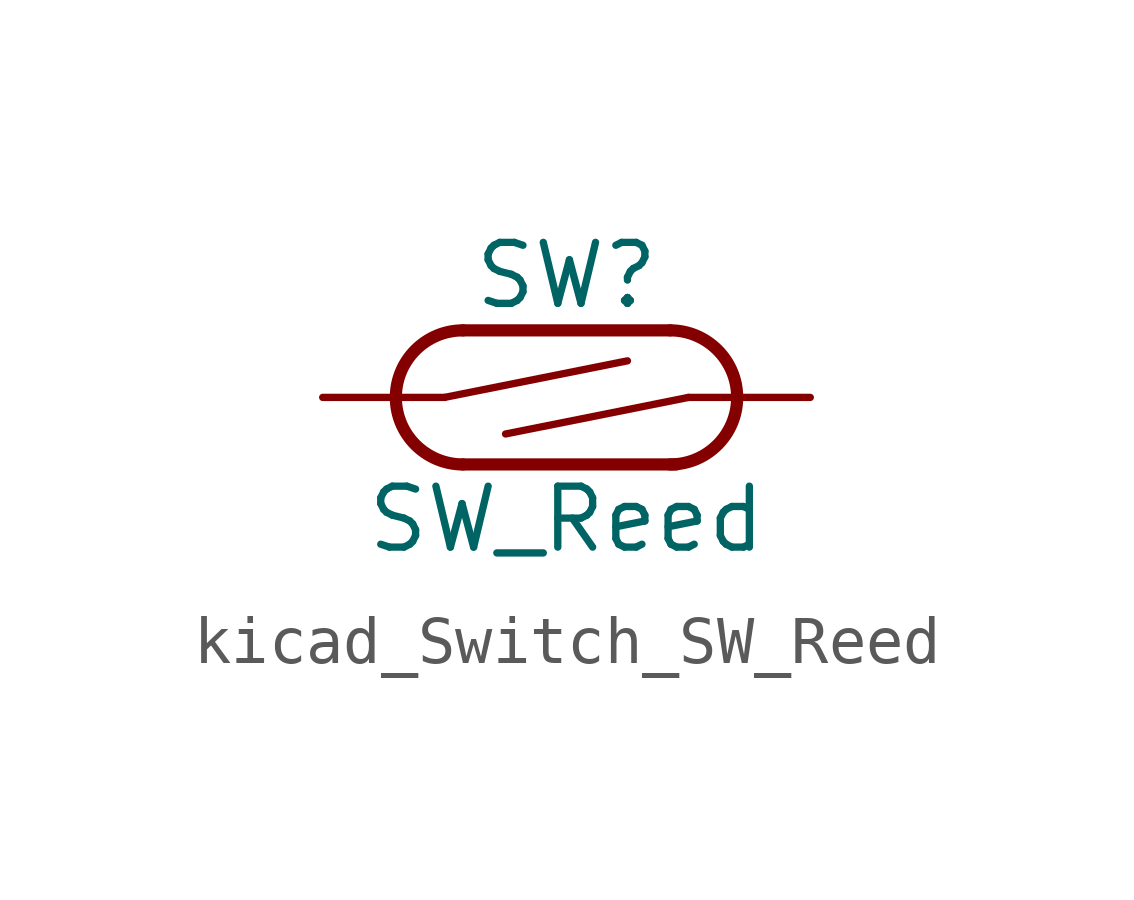
<source format=kicad_sym>
(kicad_symbol_lib
  (version 20220914)
  (generator kicad_symbol_editor)
  (symbol "kicad_Switch_SW_Reed"
    (pin_numbers hide)
    (pin_names
      (offset 0) hide)
    (property "Reference" "SW"
      (at 0 2.54 0)
      (effects (font (size 1.27 1.27))))
    (property "Value" "SW_Reed"
      (at 0 -2.54 0)
      (effects (font (size 1.27 1.27))))
    (symbol "kicad_Switch_SW_Reed_0_0"
      (arc (start -2.159 1.397) (mid -3.55 0) (end -2.159 -1.397) (stroke (width 0.254) (type default)) (fill (type none)))
      (polyline (pts (xy -2.54 0) (xy 1.27 0.762)) (stroke (width 0) (type default)) (fill (type none)))
      (polyline (pts (xy -2.159 -1.397) (xy 2.286 -1.397)) (stroke (width 0.254) (type default)) (fill (type none)))
      (polyline (pts (xy 2.159 1.397) (xy -2.159 1.397)) (stroke (width 0.254) (type default)) (fill (type none)))
      (polyline (pts (xy 2.54 0) (xy -1.27 -0.762)) (stroke (width 0) (type default)) (fill (type none)))
      (arc (start 2.159 -1.397) (mid 3.55 0) (end 2.159 1.397) (stroke (width 0.254) (type default)) (fill (type none))))
    (symbol "kicad_Switch_SW_Reed_1_1"
      (pin passive line (at -5.08 0 0) (length 2.54) (name "1" (effects (font (size 1.27 1.27)))) (number "1" (effects (font (size 1.27 1.27)))))
      (pin passive line (at 5.08 0 180) (length 2.54) (name "2" (effects (font (size 1.27 1.27)))) (number "2" (effects (font (size 1.27 1.27))))))))
</source>
